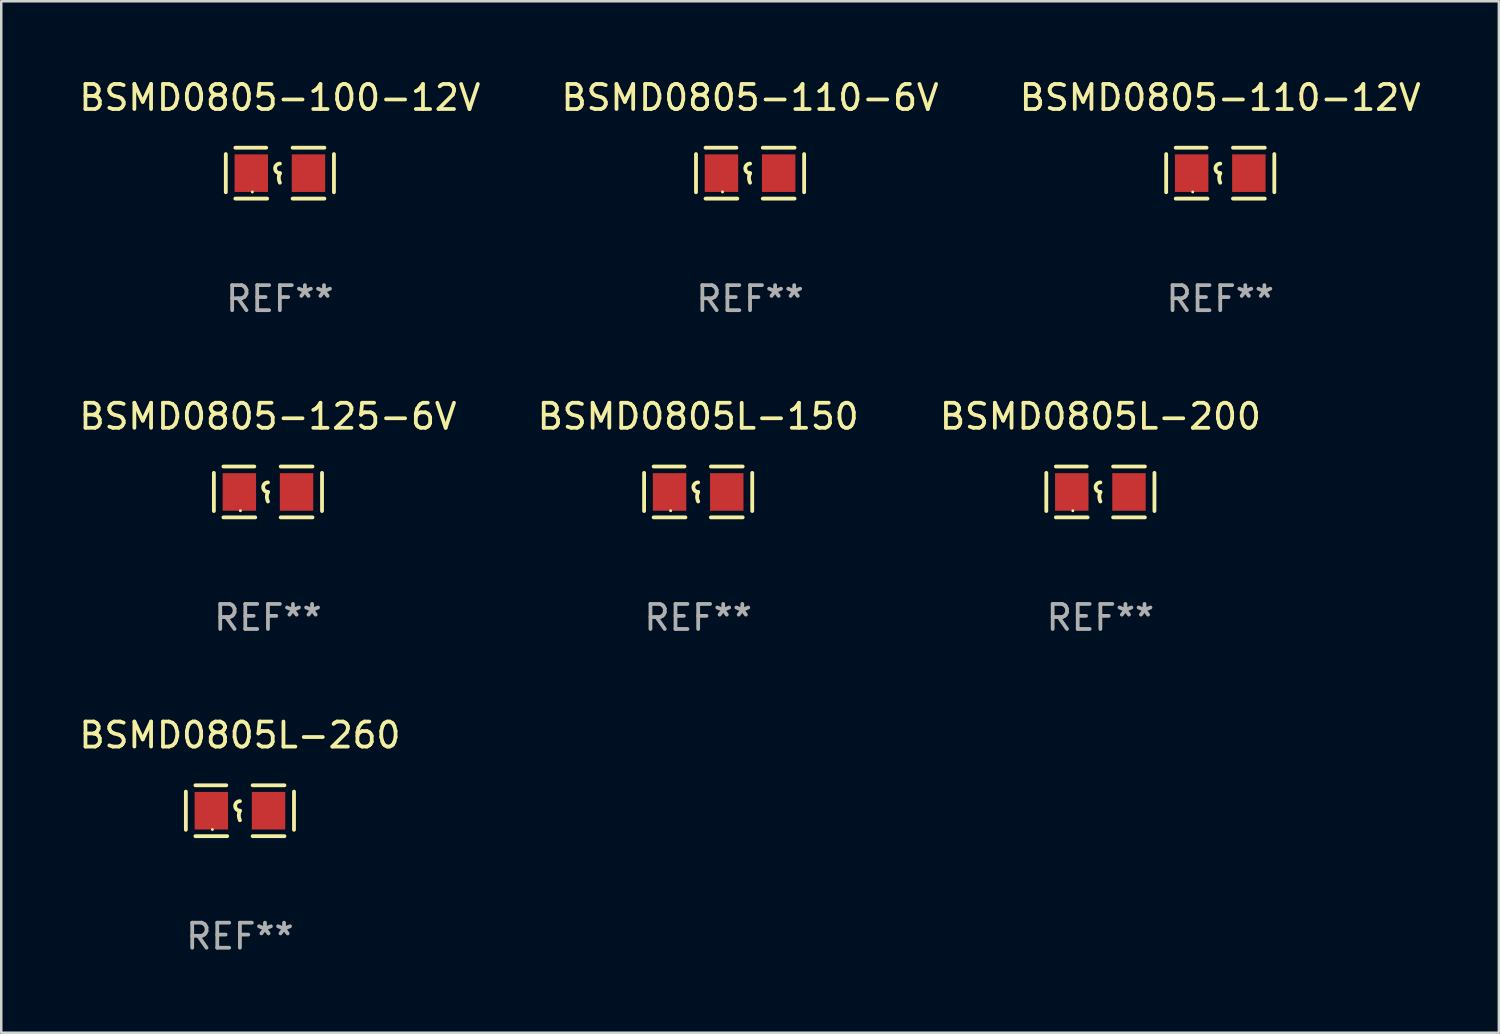
<source format=kicad_pcb>
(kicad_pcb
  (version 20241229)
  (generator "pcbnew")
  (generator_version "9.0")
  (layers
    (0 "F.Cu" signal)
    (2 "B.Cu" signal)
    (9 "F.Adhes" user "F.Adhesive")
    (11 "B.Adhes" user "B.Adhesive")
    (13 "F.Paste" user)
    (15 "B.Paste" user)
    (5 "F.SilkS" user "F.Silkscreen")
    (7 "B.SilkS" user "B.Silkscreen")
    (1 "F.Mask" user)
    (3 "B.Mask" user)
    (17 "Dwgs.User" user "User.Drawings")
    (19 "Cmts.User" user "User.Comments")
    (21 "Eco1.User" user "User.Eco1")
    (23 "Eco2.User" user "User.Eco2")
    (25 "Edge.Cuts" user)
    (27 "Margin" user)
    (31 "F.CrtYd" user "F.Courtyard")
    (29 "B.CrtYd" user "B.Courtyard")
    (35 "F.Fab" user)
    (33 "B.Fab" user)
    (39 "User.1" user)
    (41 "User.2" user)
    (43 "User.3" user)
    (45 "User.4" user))
  (footprint "BSMD0805L-150"
    (layer "F.Cu")
    (at 24.827 16.593)
    (property "Reference" "BSMD0805L-150" (at 0 -3.016 0) (layer "F.SilkS") (effects (font (size 1 1) (thickness 0.15))))
    (attr through_hole)
    (fp_line (start -2.159 -0.762) (end -2.159 0.762) (stroke (width 0.152) (type solid)) (layer "F.SilkS"))
    (fp_line (start -1.778 -1.016) (end -0.545 -1.016) (stroke (width 0.152) (type solid)) (layer "F.SilkS"))
    (fp_line (start -0.508 1.016) (end -1.778 1.016) (stroke (width 0.152) (type solid)) (layer "F.SilkS"))
    (fp_line (start 0.508 1.016) (end 1.778 1.016) (stroke (width 0.152) (type solid)) (layer "F.SilkS"))
    (fp_line (start 1.778 -1.016) (end 0.508 -1.016) (stroke (width 0.152) (type solid)) (layer "F.SilkS"))
    (fp_line (start 2.159 -0.762) (end 2.159 0.762) (stroke (width 0.152) (type solid)) (layer "F.SilkS"))
    (fp_arc (start 0 0) (mid -0.1905 -0.1905) (end 0 -0.381) (stroke (width 0.151994) (type solid)) (layer "F.SilkS"))
    (fp_arc (start 0 0.381001) (mid -0.044971 0.1905) (end 0 0) (stroke (width 0.151994) (type solid)) (layer "F.SilkS"))
    (fp_circle (center -1.1 0.75) (end -1.07 0.75) (stroke (width 0.06) (type solid)) (fill no) (layer "F.SilkS"))
    (fp_text user "REF**" (at 0 5.016 0) (layer "F.Fab") (effects (font (size 1 1) (thickness 0.15))))
    (pad "1" smd rect (at -1.142 0) (size 1.335 1.5) (layers "F.Cu" "F.Mask" "F.Paste"))
    (pad "2" smd rect (at 1.142 0) (size 1.335 1.5) (layers "F.Cu" "F.Mask" "F.Paste")))
  (footprint "BSMD0805L-260"
    (layer "F.Cu")
    (at 6.53 29.321)
    (property "Reference" "BSMD0805L-260" (at 0 -3.016 0) (layer "F.SilkS") (effects (font (size 1 1) (thickness 0.15))))
    (attr through_hole)
    (fp_line (start -2.159 -0.762) (end -2.159 0.762) (stroke (width 0.152) (type solid)) (layer "F.SilkS"))
    (fp_line (start -1.778 -1.016) (end -0.545 -1.016) (stroke (width 0.152) (type solid)) (layer "F.SilkS"))
    (fp_line (start -0.508 1.016) (end -1.778 1.016) (stroke (width 0.152) (type solid)) (layer "F.SilkS"))
    (fp_line (start 0.508 1.016) (end 1.778 1.016) (stroke (width 0.152) (type solid)) (layer "F.SilkS"))
    (fp_line (start 1.778 -1.016) (end 0.508 -1.016) (stroke (width 0.152) (type solid)) (layer "F.SilkS"))
    (fp_line (start 2.159 -0.762) (end 2.159 0.762) (stroke (width 0.152) (type solid)) (layer "F.SilkS"))
    (fp_arc (start 0 0) (mid -0.1905 -0.1905) (end 0 -0.381) (stroke (width 0.151994) (type solid)) (layer "F.SilkS"))
    (fp_arc (start 0 0.381001) (mid -0.044971 0.1905) (end 0 0) (stroke (width 0.151994) (type solid)) (layer "F.SilkS"))
    (fp_circle (center -1.1 0.75) (end -1.07 0.75) (stroke (width 0.06) (type solid)) (fill no) (layer "F.SilkS"))
    (fp_text user "REF**" (at 0 5.016 0) (layer "F.Fab") (effects (font (size 1 1) (thickness 0.15))))
    (pad "1" smd rect (at -1.142 0) (size 1.335 1.5) (layers "F.Cu" "F.Mask" "F.Paste"))
    (pad "2" smd rect (at 1.142 0) (size 1.335 1.5) (layers "F.Cu" "F.Mask" "F.Paste")))
  (footprint "BSMD0805-110-6V"
    (layer "F.Cu")
    (at 26.899 3.864)
    (property "Reference" "BSMD0805-110-6V" (at 0 -3.016 0) (layer "F.SilkS") (effects (font (size 1 1) (thickness 0.15))))
    (attr through_hole)
    (fp_line (start -2.159 -0.762) (end -2.159 0.762) (stroke (width 0.152) (type solid)) (layer "F.SilkS"))
    (fp_line (start -1.778 -1.016) (end -0.545 -1.016) (stroke (width 0.152) (type solid)) (layer "F.SilkS"))
    (fp_line (start -0.508 1.016) (end -1.778 1.016) (stroke (width 0.152) (type solid)) (layer "F.SilkS"))
    (fp_line (start 0.508 1.016) (end 1.778 1.016) (stroke (width 0.152) (type solid)) (layer "F.SilkS"))
    (fp_line (start 1.778 -1.016) (end 0.508 -1.016) (stroke (width 0.152) (type solid)) (layer "F.SilkS"))
    (fp_line (start 2.159 -0.762) (end 2.159 0.762) (stroke (width 0.152) (type solid)) (layer "F.SilkS"))
    (fp_arc (start 0 0) (mid -0.1905 -0.1905) (end 0 -0.381) (stroke (width 0.151994) (type solid)) (layer "F.SilkS"))
    (fp_arc (start 0 0.381001) (mid -0.044971 0.1905) (end 0 0) (stroke (width 0.151994) (type solid)) (layer "F.SilkS"))
    (fp_circle (center -1.1 0.75) (end -1.07 0.75) (stroke (width 0.06) (type solid)) (fill no) (layer "F.SilkS"))
    (fp_text user "REF**" (at 0 5.016 0) (layer "F.Fab") (effects (font (size 1 1) (thickness 0.15))))
    (pad "1" smd rect (at -1.142 0) (size 1.335 1.5) (layers "F.Cu" "F.Mask" "F.Paste"))
    (pad "2" smd rect (at 1.142 0) (size 1.335 1.5) (layers "F.Cu" "F.Mask" "F.Paste")))
  (footprint "BSMD0805-100-12V"
    (layer "F.Cu")
    (at 8.125 3.864)
    (property "Reference" "BSMD0805-100-12V" (at 0 -3.016 0) (layer "F.SilkS") (effects (font (size 1 1) (thickness 0.15))))
    (attr through_hole)
    (fp_line (start -2.159 -0.762) (end -2.159 0.762) (stroke (width 0.152) (type solid)) (layer "F.SilkS"))
    (fp_line (start -1.778 -1.016) (end -0.545 -1.016) (stroke (width 0.152) (type solid)) (layer "F.SilkS"))
    (fp_line (start -0.508 1.016) (end -1.778 1.016) (stroke (width 0.152) (type solid)) (layer "F.SilkS"))
    (fp_line (start 0.508 1.016) (end 1.778 1.016) (stroke (width 0.152) (type solid)) (layer "F.SilkS"))
    (fp_line (start 1.778 -1.016) (end 0.508 -1.016) (stroke (width 0.152) (type solid)) (layer "F.SilkS"))
    (fp_line (start 2.159 -0.762) (end 2.159 0.762) (stroke (width 0.152) (type solid)) (layer "F.SilkS"))
    (fp_arc (start 0 0) (mid -0.1905 -0.1905) (end 0 -0.381) (stroke (width 0.151994) (type solid)) (layer "F.SilkS"))
    (fp_arc (start 0 0.381001) (mid -0.044971 0.1905) (end 0 0) (stroke (width 0.151994) (type solid)) (layer "F.SilkS"))
    (fp_circle (center -1.1 0.75) (end -1.07 0.75) (stroke (width 0.06) (type solid)) (fill no) (layer "F.SilkS"))
    (fp_text user "REF**" (at 0 5.016 0) (layer "F.Fab") (effects (font (size 1 1) (thickness 0.15))))
    (pad "1" smd rect (at -1.142 0) (size 1.335 1.5) (layers "F.Cu" "F.Mask" "F.Paste"))
    (pad "2" smd rect (at 1.142 0) (size 1.335 1.5) (layers "F.Cu" "F.Mask" "F.Paste")))
  (footprint "BSMD0805-110-12V"
    (layer "F.Cu")
    (at 45.673 3.864)
    (property "Reference" "BSMD0805-110-12V" (at 0 -3.016 0) (layer "F.SilkS") (effects (font (size 1 1) (thickness 0.15))))
    (attr through_hole)
    (fp_line (start -2.159 -0.762) (end -2.159 0.762) (stroke (width 0.152) (type solid)) (layer "F.SilkS"))
    (fp_line (start -1.778 -1.016) (end -0.545 -1.016) (stroke (width 0.152) (type solid)) (layer "F.SilkS"))
    (fp_line (start -0.508 1.016) (end -1.778 1.016) (stroke (width 0.152) (type solid)) (layer "F.SilkS"))
    (fp_line (start 0.508 1.016) (end 1.778 1.016) (stroke (width 0.152) (type solid)) (layer "F.SilkS"))
    (fp_line (start 1.778 -1.016) (end 0.508 -1.016) (stroke (width 0.152) (type solid)) (layer "F.SilkS"))
    (fp_line (start 2.159 -0.762) (end 2.159 0.762) (stroke (width 0.152) (type solid)) (layer "F.SilkS"))
    (fp_arc (start 0 0) (mid -0.1905 -0.1905) (end 0 -0.381) (stroke (width 0.151994) (type solid)) (layer "F.SilkS"))
    (fp_arc (start 0 0.381001) (mid -0.044971 0.1905) (end 0 0) (stroke (width 0.151994) (type solid)) (layer "F.SilkS"))
    (fp_circle (center -1.1 0.75) (end -1.07 0.75) (stroke (width 0.06) (type solid)) (fill no) (layer "F.SilkS"))
    (fp_text user "REF**" (at 0 5.016 0) (layer "F.Fab") (effects (font (size 1 1) (thickness 0.15))))
    (pad "1" smd rect (at -1.142 0) (size 1.335 1.5) (layers "F.Cu" "F.Mask" "F.Paste"))
    (pad "2" smd rect (at 1.142 0) (size 1.335 1.5) (layers "F.Cu" "F.Mask" "F.Paste")))
  (footprint "BSMD0805-125-6V"
    (layer "F.Cu")
    (at 7.649 16.593)
    (property "Reference" "BSMD0805-125-6V" (at 0 -3.016 0) (layer "F.SilkS") (effects (font (size 1 1) (thickness 0.15))))
    (attr through_hole)
    (fp_line (start -2.159 -0.762) (end -2.159 0.762) (stroke (width 0.152) (type solid)) (layer "F.SilkS"))
    (fp_line (start -1.778 -1.016) (end -0.545 -1.016) (stroke (width 0.152) (type solid)) (layer "F.SilkS"))
    (fp_line (start -0.508 1.016) (end -1.778 1.016) (stroke (width 0.152) (type solid)) (layer "F.SilkS"))
    (fp_line (start 0.508 1.016) (end 1.778 1.016) (stroke (width 0.152) (type solid)) (layer "F.SilkS"))
    (fp_line (start 1.778 -1.016) (end 0.508 -1.016) (stroke (width 0.152) (type solid)) (layer "F.SilkS"))
    (fp_line (start 2.159 -0.762) (end 2.159 0.762) (stroke (width 0.152) (type solid)) (layer "F.SilkS"))
    (fp_arc (start 0 0) (mid -0.1905 -0.1905) (end 0 -0.381) (stroke (width 0.151994) (type solid)) (layer "F.SilkS"))
    (fp_arc (start 0 0.381001) (mid -0.044971 0.1905) (end 0 0) (stroke (width 0.151994) (type solid)) (layer "F.SilkS"))
    (fp_circle (center -1.1 0.75) (end -1.07 0.75) (stroke (width 0.06) (type solid)) (fill no) (layer "F.SilkS"))
    (fp_text user "REF**" (at 0 5.016 0) (layer "F.Fab") (effects (font (size 1 1) (thickness 0.15))))
    (pad "1" smd rect (at -1.142 0) (size 1.335 1.5) (layers "F.Cu" "F.Mask" "F.Paste"))
    (pad "2" smd rect (at 1.142 0) (size 1.335 1.5) (layers "F.Cu" "F.Mask" "F.Paste")))
  (footprint "BSMD0805L-200"
    (layer "F.Cu")
    (at 40.887 16.593)
    (property "Reference" "BSMD0805L-200" (at 0 -3.016 0) (layer "F.SilkS") (effects (font (size 1 1) (thickness 0.15))))
    (attr through_hole)
    (fp_line (start -2.159 -0.762) (end -2.159 0.762) (stroke (width 0.152) (type solid)) (layer "F.SilkS"))
    (fp_line (start -1.778 -1.016) (end -0.545 -1.016) (stroke (width 0.152) (type solid)) (layer "F.SilkS"))
    (fp_line (start -0.508 1.016) (end -1.778 1.016) (stroke (width 0.152) (type solid)) (layer "F.SilkS"))
    (fp_line (start 0.508 1.016) (end 1.778 1.016) (stroke (width 0.152) (type solid)) (layer "F.SilkS"))
    (fp_line (start 1.778 -1.016) (end 0.508 -1.016) (stroke (width 0.152) (type solid)) (layer "F.SilkS"))
    (fp_line (start 2.159 -0.762) (end 2.159 0.762) (stroke (width 0.152) (type solid)) (layer "F.SilkS"))
    (fp_arc (start 0 0) (mid -0.1905 -0.1905) (end 0 -0.381) (stroke (width 0.151994) (type solid)) (layer "F.SilkS"))
    (fp_arc (start 0 0.381001) (mid -0.044971 0.1905) (end 0 0) (stroke (width 0.151994) (type solid)) (layer "F.SilkS"))
    (fp_circle (center -1.1 0.75) (end -1.07 0.75) (stroke (width 0.06) (type solid)) (fill no) (layer "F.SilkS"))
    (fp_text user "REF**" (at 0 5.016 0) (layer "F.Fab") (effects (font (size 1 1) (thickness 0.15))))
    (pad "1" smd rect (at -1.142 0) (size 1.335 1.5) (layers "F.Cu" "F.Mask" "F.Paste"))
    (pad "2" smd rect (at 1.142 0) (size 1.335 1.5) (layers "F.Cu" "F.Mask" "F.Paste")))
  (gr_rect
    (start -3 -3)
    (end 56.798 38.186)
    (stroke (width 0.1) (type default))
    (fill no)
    (layer "Edge.Cuts")))
</source>
